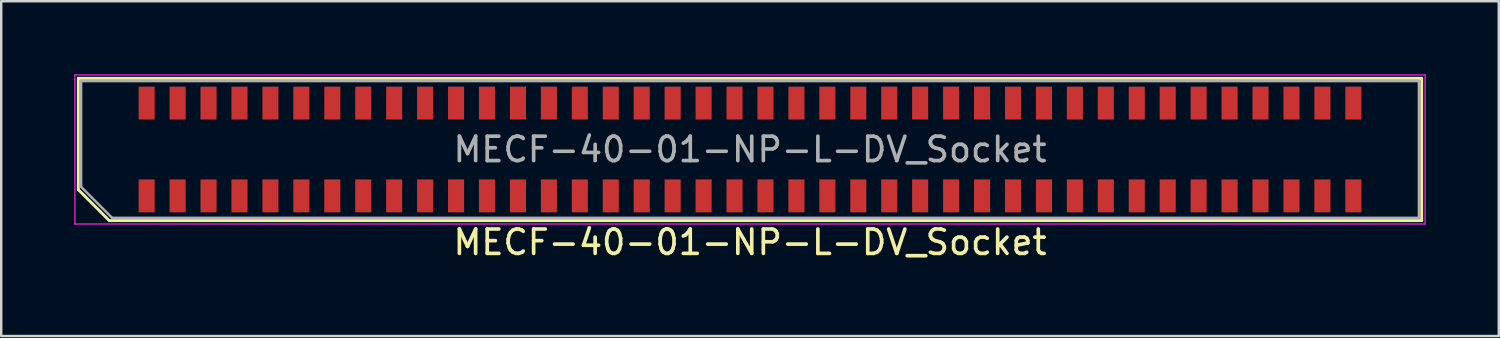
<source format=kicad_pcb>
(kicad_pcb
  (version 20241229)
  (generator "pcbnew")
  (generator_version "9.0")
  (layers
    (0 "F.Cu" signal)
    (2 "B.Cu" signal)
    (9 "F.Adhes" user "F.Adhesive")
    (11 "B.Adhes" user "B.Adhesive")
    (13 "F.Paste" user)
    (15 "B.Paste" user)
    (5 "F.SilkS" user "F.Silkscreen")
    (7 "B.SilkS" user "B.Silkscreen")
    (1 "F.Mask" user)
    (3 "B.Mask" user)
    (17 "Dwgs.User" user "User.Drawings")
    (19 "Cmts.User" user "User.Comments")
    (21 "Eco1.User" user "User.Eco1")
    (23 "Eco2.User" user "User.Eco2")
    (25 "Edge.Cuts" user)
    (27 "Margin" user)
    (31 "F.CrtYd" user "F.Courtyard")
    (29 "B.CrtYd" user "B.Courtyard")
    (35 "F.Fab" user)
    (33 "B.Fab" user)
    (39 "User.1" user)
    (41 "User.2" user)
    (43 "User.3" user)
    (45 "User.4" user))
  (footprint "MECF-40-01-NP-L-DV_Socket"
    (layer "F.Cu")
    (at 27.735 3.085)
    (property "Reference" "MECF-40-01-NP-L-DV_Socket" (at 0 3.81 0) (layer "F.SilkS") (effects (font (size 1 1) (thickness 0.15))))
    (attr smd)
    (fp_line (start -27.57 -2.92) (end 27.57 -2.92) (stroke (width 0.12) (type solid)) (layer "F.SilkS"))
    (fp_line (start -27.57 1.65) (end -27.57 -2.92) (stroke (width 0.12) (type solid)) (layer "F.SilkS"))
    (fp_line (start -26.3 2.92) (end -27.57 1.65) (stroke (width 0.12) (type solid)) (layer "F.SilkS"))
    (fp_line (start -26.3 2.92) (end 27.57 2.92) (stroke (width 0.12) (type solid)) (layer "F.SilkS"))
    (fp_line (start 27.57 2.92) (end 27.57 -2.92) (stroke (width 0.12) (type solid)) (layer "F.SilkS"))
    (fp_line (start -27.71 -3.06) (end -27.71 3.06) (stroke (width 0.05) (type solid)) (layer "F.CrtYd"))
    (fp_line (start -27.71 3.06) (end 27.71 3.06) (stroke (width 0.05) (type solid)) (layer "F.CrtYd"))
    (fp_line (start 27.71 -3.06) (end -27.71 -3.06) (stroke (width 0.05) (type solid)) (layer "F.CrtYd"))
    (fp_line (start 27.71 3.06) (end 27.71 -3.06) (stroke (width 0.05) (type solid)) (layer "F.CrtYd"))
    (fp_line (start -27.455 -2.805) (end 27.455 -2.805) (stroke (width 0.1) (type solid)) (layer "F.Fab"))
    (fp_line (start -27.455 1.535) (end -27.455 -2.805) (stroke (width 0.1) (type solid)) (layer "F.Fab"))
    (fp_line (start -27.455 1.535) (end -26.185 2.805) (stroke (width 0.1) (type solid)) (layer "F.Fab"))
    (fp_line (start -26.185 2.805) (end 27.455 2.805) (stroke (width 0.1) (type solid)) (layer "F.Fab"))
    (fp_line (start 27.455 2.805) (end 27.455 -2.805) (stroke (width 0.1) (type solid)) (layer "F.Fab"))
    (fp_text user "${REFERENCE}" (at 0 0 0) (layer "F.Fab") (effects (font (size 1 1) (thickness 0.15))))
    (pad "" np_thru_hole circle (at -26.545 0) (size 0.001 0.001) (drill 1.45) (layers "*.Cu" "*.Mask"))
    (pad "" np_thru_hole circle (at 26.545 1) (size 0.001 0.001) (drill 1.45) (layers "*.Cu" "*.Mask"))
    (pad "1" smd rect (at -24.765 1.905) (size 0.66 1.35) (layers "F.Cu" "F.Mask" "F.Paste"))
    (pad "2" smd rect (at -24.765 -1.905) (size 0.66 1.35) (layers "F.Cu" "F.Mask" "F.Paste"))
    (pad "3" smd rect (at -23.495 1.905) (size 0.66 1.35) (layers "F.Cu" "F.Mask" "F.Paste"))
    (pad "4" smd rect (at -23.495 -1.905) (size 0.66 1.35) (layers "F.Cu" "F.Mask" "F.Paste"))
    (pad "5" smd rect (at -22.225 1.905) (size 0.66 1.35) (layers "F.Cu" "F.Mask" "F.Paste"))
    (pad "6" smd rect (at -22.225 -1.905) (size 0.66 1.35) (layers "F.Cu" "F.Mask" "F.Paste"))
    (pad "7" smd rect (at -20.955 1.905) (size 0.66 1.35) (layers "F.Cu" "F.Mask" "F.Paste"))
    (pad "8" smd rect (at -20.955 -1.905) (size 0.66 1.35) (layers "F.Cu" "F.Mask" "F.Paste"))
    (pad "9" smd rect (at -19.685 1.905) (size 0.66 1.35) (layers "F.Cu" "F.Mask" "F.Paste"))
    (pad "10" smd rect (at -19.685 -1.905) (size 0.66 1.35) (layers "F.Cu" "F.Mask" "F.Paste"))
    (pad "11" smd rect (at -18.415 1.905) (size 0.66 1.35) (layers "F.Cu" "F.Mask" "F.Paste"))
    (pad "12" smd rect (at -18.415 -1.905) (size 0.66 1.35) (layers "F.Cu" "F.Mask" "F.Paste"))
    (pad "13" smd rect (at -17.145 1.905) (size 0.66 1.35) (layers "F.Cu" "F.Mask" "F.Paste"))
    (pad "14" smd rect (at -17.145 -1.905) (size 0.66 1.35) (layers "F.Cu" "F.Mask" "F.Paste"))
    (pad "15" smd rect (at -15.875 1.905) (size 0.66 1.35) (layers "F.Cu" "F.Mask" "F.Paste"))
    (pad "16" smd rect (at -15.875 -1.905) (size 0.66 1.35) (layers "F.Cu" "F.Mask" "F.Paste"))
    (pad "17" smd rect (at -14.605 1.905) (size 0.66 1.35) (layers "F.Cu" "F.Mask" "F.Paste"))
    (pad "18" smd rect (at -14.605 -1.905) (size 0.66 1.35) (layers "F.Cu" "F.Mask" "F.Paste"))
    (pad "19" smd rect (at -13.335 1.905) (size 0.66 1.35) (layers "F.Cu" "F.Mask" "F.Paste"))
    (pad "20" smd rect (at -13.335 -1.905) (size 0.66 1.35) (layers "F.Cu" "F.Mask" "F.Paste"))
    (pad "21" smd rect (at -12.065 1.905) (size 0.66 1.35) (layers "F.Cu" "F.Mask" "F.Paste"))
    (pad "22" smd rect (at -12.065 -1.905) (size 0.66 1.35) (layers "F.Cu" "F.Mask" "F.Paste"))
    (pad "23" smd rect (at -10.795 1.905) (size 0.66 1.35) (layers "F.Cu" "F.Mask" "F.Paste"))
    (pad "24" smd rect (at -10.795 -1.905) (size 0.66 1.35) (layers "F.Cu" "F.Mask" "F.Paste"))
    (pad "25" smd rect (at -9.525 1.905) (size 0.66 1.35) (layers "F.Cu" "F.Mask" "F.Paste"))
    (pad "26" smd rect (at -9.525 -1.905) (size 0.66 1.35) (layers "F.Cu" "F.Mask" "F.Paste"))
    (pad "27" smd rect (at -8.255 1.905) (size 0.66 1.35) (layers "F.Cu" "F.Mask" "F.Paste"))
    (pad "28" smd rect (at -8.255 -1.905) (size 0.66 1.35) (layers "F.Cu" "F.Mask" "F.Paste"))
    (pad "29" smd rect (at -6.985 1.905) (size 0.66 1.35) (layers "F.Cu" "F.Mask" "F.Paste"))
    (pad "30" smd rect (at -6.985 -1.905) (size 0.66 1.35) (layers "F.Cu" "F.Mask" "F.Paste"))
    (pad "31" smd rect (at -5.715 1.905) (size 0.66 1.35) (layers "F.Cu" "F.Mask" "F.Paste"))
    (pad "32" smd rect (at -5.715 -1.905) (size 0.66 1.35) (layers "F.Cu" "F.Mask" "F.Paste"))
    (pad "33" smd rect (at -4.445 1.905) (size 0.66 1.35) (layers "F.Cu" "F.Mask" "F.Paste"))
    (pad "34" smd rect (at -4.445 -1.905) (size 0.66 1.35) (layers "F.Cu" "F.Mask" "F.Paste"))
    (pad "35" smd rect (at -3.175 1.905) (size 0.66 1.35) (layers "F.Cu" "F.Mask" "F.Paste"))
    (pad "36" smd rect (at -3.175 -1.905) (size 0.66 1.35) (layers "F.Cu" "F.Mask" "F.Paste"))
    (pad "37" smd rect (at -1.905 1.905) (size 0.66 1.35) (layers "F.Cu" "F.Mask" "F.Paste"))
    (pad "38" smd rect (at -1.905 -1.905) (size 0.66 1.35) (layers "F.Cu" "F.Mask" "F.Paste"))
    (pad "39" smd rect (at -0.635 1.905) (size 0.66 1.35) (layers "F.Cu" "F.Mask" "F.Paste"))
    (pad "40" smd rect (at -0.635 -1.905) (size 0.66 1.35) (layers "F.Cu" "F.Mask" "F.Paste"))
    (pad "41" smd rect (at 0.635 1.905) (size 0.66 1.35) (layers "F.Cu" "F.Mask" "F.Paste"))
    (pad "42" smd rect (at 0.635 -1.905) (size 0.66 1.35) (layers "F.Cu" "F.Mask" "F.Paste"))
    (pad "43" smd rect (at 1.905 1.905) (size 0.66 1.35) (layers "F.Cu" "F.Mask" "F.Paste"))
    (pad "44" smd rect (at 1.905 -1.905) (size 0.66 1.35) (layers "F.Cu" "F.Mask" "F.Paste"))
    (pad "45" smd rect (at 3.175 1.905) (size 0.66 1.35) (layers "F.Cu" "F.Mask" "F.Paste"))
    (pad "46" smd rect (at 3.175 -1.905) (size 0.66 1.35) (layers "F.Cu" "F.Mask" "F.Paste"))
    (pad "47" smd rect (at 4.445 1.905) (size 0.66 1.35) (layers "F.Cu" "F.Mask" "F.Paste"))
    (pad "48" smd rect (at 4.445 -1.905) (size 0.66 1.35) (layers "F.Cu" "F.Mask" "F.Paste"))
    (pad "49" smd rect (at 5.715 1.905) (size 0.66 1.35) (layers "F.Cu" "F.Mask" "F.Paste"))
    (pad "50" smd rect (at 5.715 -1.905) (size 0.66 1.35) (layers "F.Cu" "F.Mask" "F.Paste"))
    (pad "51" smd rect (at 6.985 1.905) (size 0.66 1.35) (layers "F.Cu" "F.Mask" "F.Paste"))
    (pad "52" smd rect (at 6.985 -1.905) (size 0.66 1.35) (layers "F.Cu" "F.Mask" "F.Paste"))
    (pad "53" smd rect (at 8.255 1.905) (size 0.66 1.35) (layers "F.Cu" "F.Mask" "F.Paste"))
    (pad "54" smd rect (at 8.255 -1.905) (size 0.66 1.35) (layers "F.Cu" "F.Mask" "F.Paste"))
    (pad "55" smd rect (at 9.525 1.905) (size 0.66 1.35) (layers "F.Cu" "F.Mask" "F.Paste"))
    (pad "56" smd rect (at 9.525 -1.905) (size 0.66 1.35) (layers "F.Cu" "F.Mask" "F.Paste"))
    (pad "57" smd rect (at 10.795 1.905) (size 0.66 1.35) (layers "F.Cu" "F.Mask" "F.Paste"))
    (pad "58" smd rect (at 10.795 -1.905) (size 0.66 1.35) (layers "F.Cu" "F.Mask" "F.Paste"))
    (pad "59" smd rect (at 12.065 1.905) (size 0.66 1.35) (layers "F.Cu" "F.Mask" "F.Paste"))
    (pad "60" smd rect (at 12.065 -1.905) (size 0.66 1.35) (layers "F.Cu" "F.Mask" "F.Paste"))
    (pad "61" smd rect (at 13.335 1.905) (size 0.66 1.35) (layers "F.Cu" "F.Mask" "F.Paste"))
    (pad "62" smd rect (at 13.335 -1.905) (size 0.66 1.35) (layers "F.Cu" "F.Mask" "F.Paste"))
    (pad "63" smd rect (at 14.605 1.905) (size 0.66 1.35) (layers "F.Cu" "F.Mask" "F.Paste"))
    (pad "64" smd rect (at 14.605 -1.905) (size 0.66 1.35) (layers "F.Cu" "F.Mask" "F.Paste"))
    (pad "65" smd rect (at 15.875 1.905) (size 0.66 1.35) (layers "F.Cu" "F.Mask" "F.Paste"))
    (pad "66" smd rect (at 15.875 -1.905) (size 0.66 1.35) (layers "F.Cu" "F.Mask" "F.Paste"))
    (pad "67" smd rect (at 17.145 1.905) (size 0.66 1.35) (layers "F.Cu" "F.Mask" "F.Paste"))
    (pad "68" smd rect (at 17.145 -1.905) (size 0.66 1.35) (layers "F.Cu" "F.Mask" "F.Paste"))
    (pad "69" smd rect (at 18.415 1.905) (size 0.66 1.35) (layers "F.Cu" "F.Mask" "F.Paste"))
    (pad "70" smd rect (at 18.415 -1.905) (size 0.66 1.35) (layers "F.Cu" "F.Mask" "F.Paste"))
    (pad "71" smd rect (at 19.685 1.905) (size 0.66 1.35) (layers "F.Cu" "F.Mask" "F.Paste"))
    (pad "72" smd rect (at 19.685 -1.905) (size 0.66 1.35) (layers "F.Cu" "F.Mask" "F.Paste"))
    (pad "73" smd rect (at 20.955 1.905) (size 0.66 1.35) (layers "F.Cu" "F.Mask" "F.Paste"))
    (pad "74" smd rect (at 20.955 -1.905) (size 0.66 1.35) (layers "F.Cu" "F.Mask" "F.Paste"))
    (pad "75" smd rect (at 22.225 1.905) (size 0.66 1.35) (layers "F.Cu" "F.Mask" "F.Paste"))
    (pad "76" smd rect (at 22.225 -1.905) (size 0.66 1.35) (layers "F.Cu" "F.Mask" "F.Paste"))
    (pad "77" smd rect (at 23.495 1.905) (size 0.66 1.35) (layers "F.Cu" "F.Mask" "F.Paste"))
    (pad "78" smd rect (at 23.495 -1.905) (size 0.66 1.35) (layers "F.Cu" "F.Mask" "F.Paste"))
    (pad "79" smd rect (at 24.765 1.905) (size 0.66 1.35) (layers "F.Cu" "F.Mask" "F.Paste"))
    (pad "80" smd rect (at 24.765 -1.905) (size 0.66 1.35) (layers "F.Cu" "F.Mask" "F.Paste")))
  (gr_rect
    (start -3 -3)
    (end 58.47 10.743)
    (stroke (width 0.1) (type default))
    (fill no)
    (layer "Edge.Cuts")))
</source>
